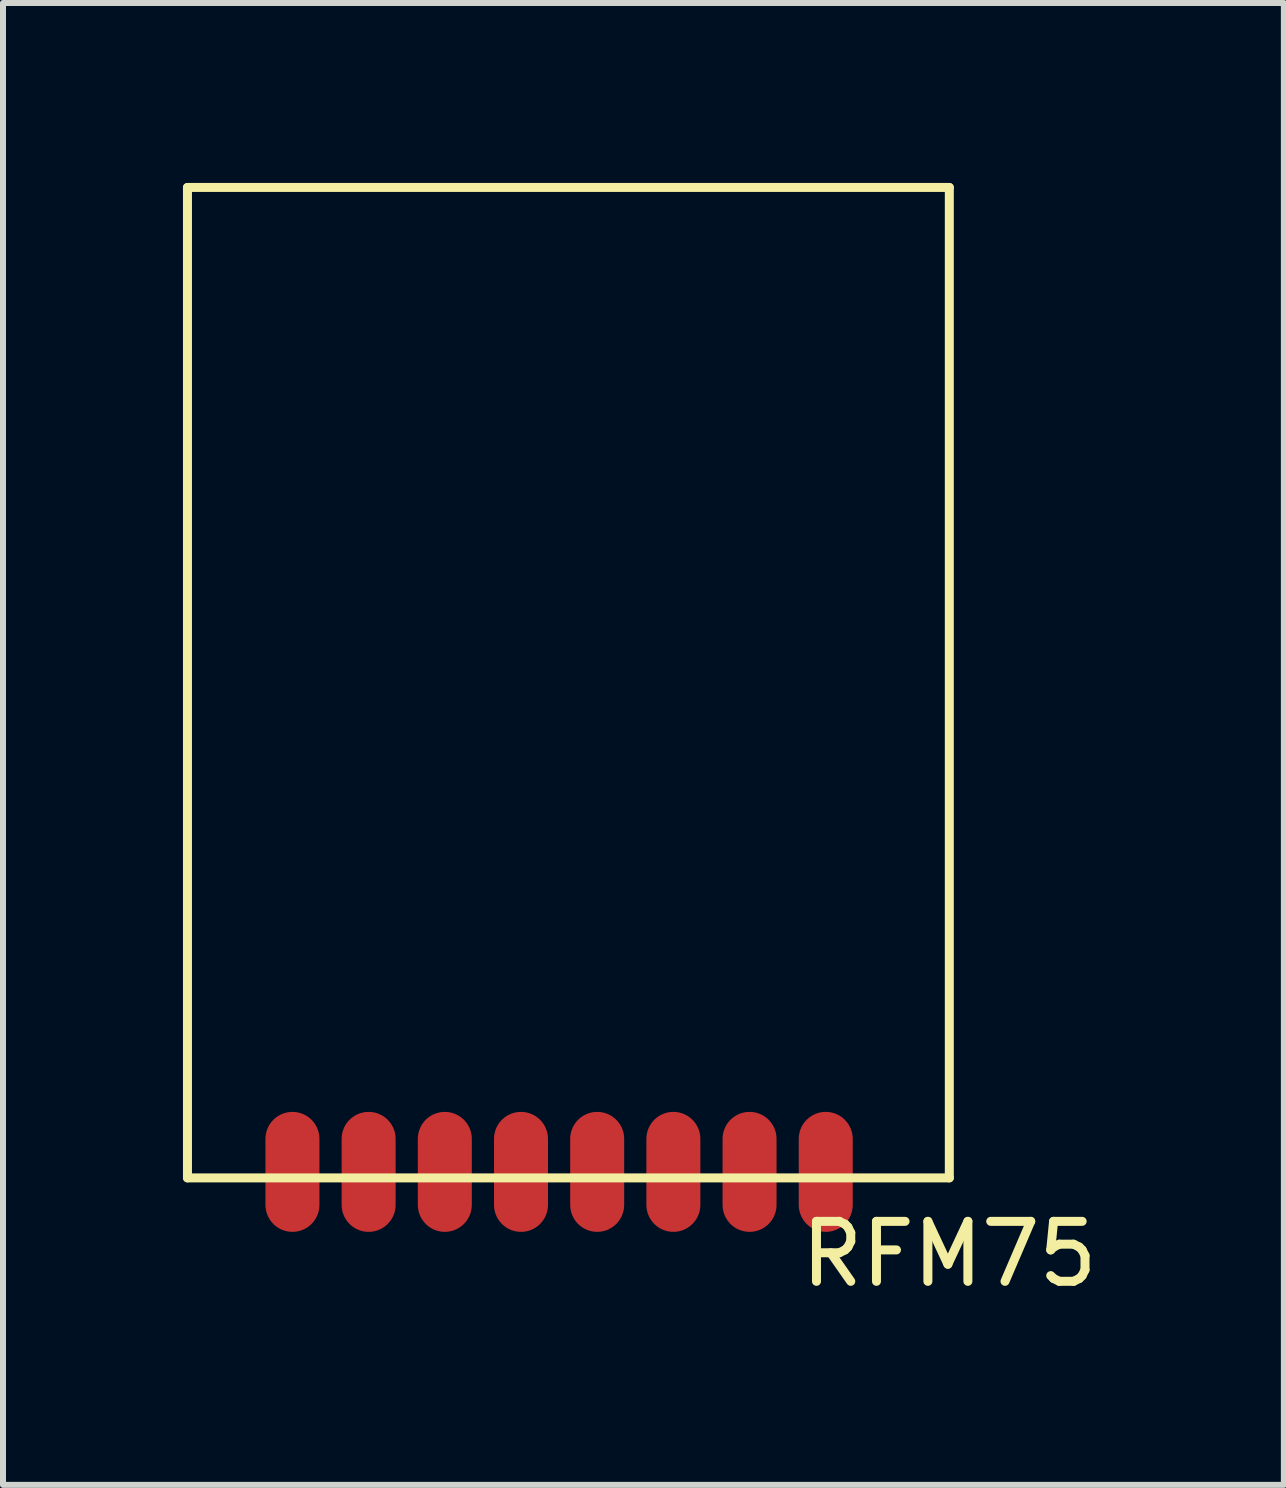
<source format=kicad_pcb>
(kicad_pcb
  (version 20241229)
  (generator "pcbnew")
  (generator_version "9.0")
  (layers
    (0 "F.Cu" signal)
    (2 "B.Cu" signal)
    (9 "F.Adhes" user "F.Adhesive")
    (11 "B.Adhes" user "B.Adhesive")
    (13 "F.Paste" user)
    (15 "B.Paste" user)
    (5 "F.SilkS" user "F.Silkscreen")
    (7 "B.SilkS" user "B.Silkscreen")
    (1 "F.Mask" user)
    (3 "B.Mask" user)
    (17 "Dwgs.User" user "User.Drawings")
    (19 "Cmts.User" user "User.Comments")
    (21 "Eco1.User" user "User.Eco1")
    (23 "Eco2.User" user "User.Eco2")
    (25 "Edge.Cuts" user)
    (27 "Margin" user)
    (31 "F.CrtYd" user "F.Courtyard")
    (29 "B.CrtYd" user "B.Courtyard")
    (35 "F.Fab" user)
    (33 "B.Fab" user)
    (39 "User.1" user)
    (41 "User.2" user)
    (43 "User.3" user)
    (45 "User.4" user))
  (footprint "RFM75"
    (layer "F.Cu")
    (at 6.425 16.585)
    (property "Reference" "RFM75" (at 6.35 1.27 0) (layer "F.SilkS") (effects (font (size 1 1) (thickness 0.15))))
    (attr through_hole)
    (fp_line (start -6.35 -16.51) (end 6.35 -16.51) (stroke (width 0.15) (type solid)) (layer "F.SilkS"))
    (fp_line (start -6.35 0) (end -6.35 -16.51) (stroke (width 0.15) (type solid)) (layer "F.SilkS"))
    (fp_line (start 6.35 -16.51) (end 6.35 0) (stroke (width 0.15) (type solid)) (layer "F.SilkS"))
    (fp_line (start 6.35 0) (end -6.35 0) (stroke (width 0.15) (type solid)) (layer "F.SilkS"))
    (pad "1" smd oval (at -4.6 -0.1) (size 0.9 2) (layers "F.Cu" "F.Mask" "F.Paste"))
    (pad "2" smd oval (at -3.33 -0.1) (size 0.9 2) (layers "F.Cu" "F.Mask" "F.Paste"))
    (pad "3" smd oval (at -2.06 -0.1) (size 0.9 2) (layers "F.Cu" "F.Mask" "F.Paste"))
    (pad "4" smd oval (at -0.79 -0.1) (size 0.9 2) (layers "F.Cu" "F.Mask" "F.Paste"))
    (pad "5" smd oval (at 0.48 -0.1) (size 0.9 2) (layers "F.Cu" "F.Mask" "F.Paste"))
    (pad "6" smd oval (at 1.75 -0.1) (size 0.9 2) (layers "F.Cu" "F.Mask" "F.Paste"))
    (pad "7" smd oval (at 3.02 -0.1) (size 0.9 2) (layers "F.Cu" "F.Mask" "F.Paste"))
    (pad "8" smd oval (at 4.29 -0.1) (size 0.9 2) (layers "F.Cu" "F.Mask" "F.Paste")))
  (gr_rect
    (start -3 -3)
    (end 18.352 21.703)
    (stroke (width 0.1) (type default))
    (fill no)
    (layer "Edge.Cuts")))
</source>
